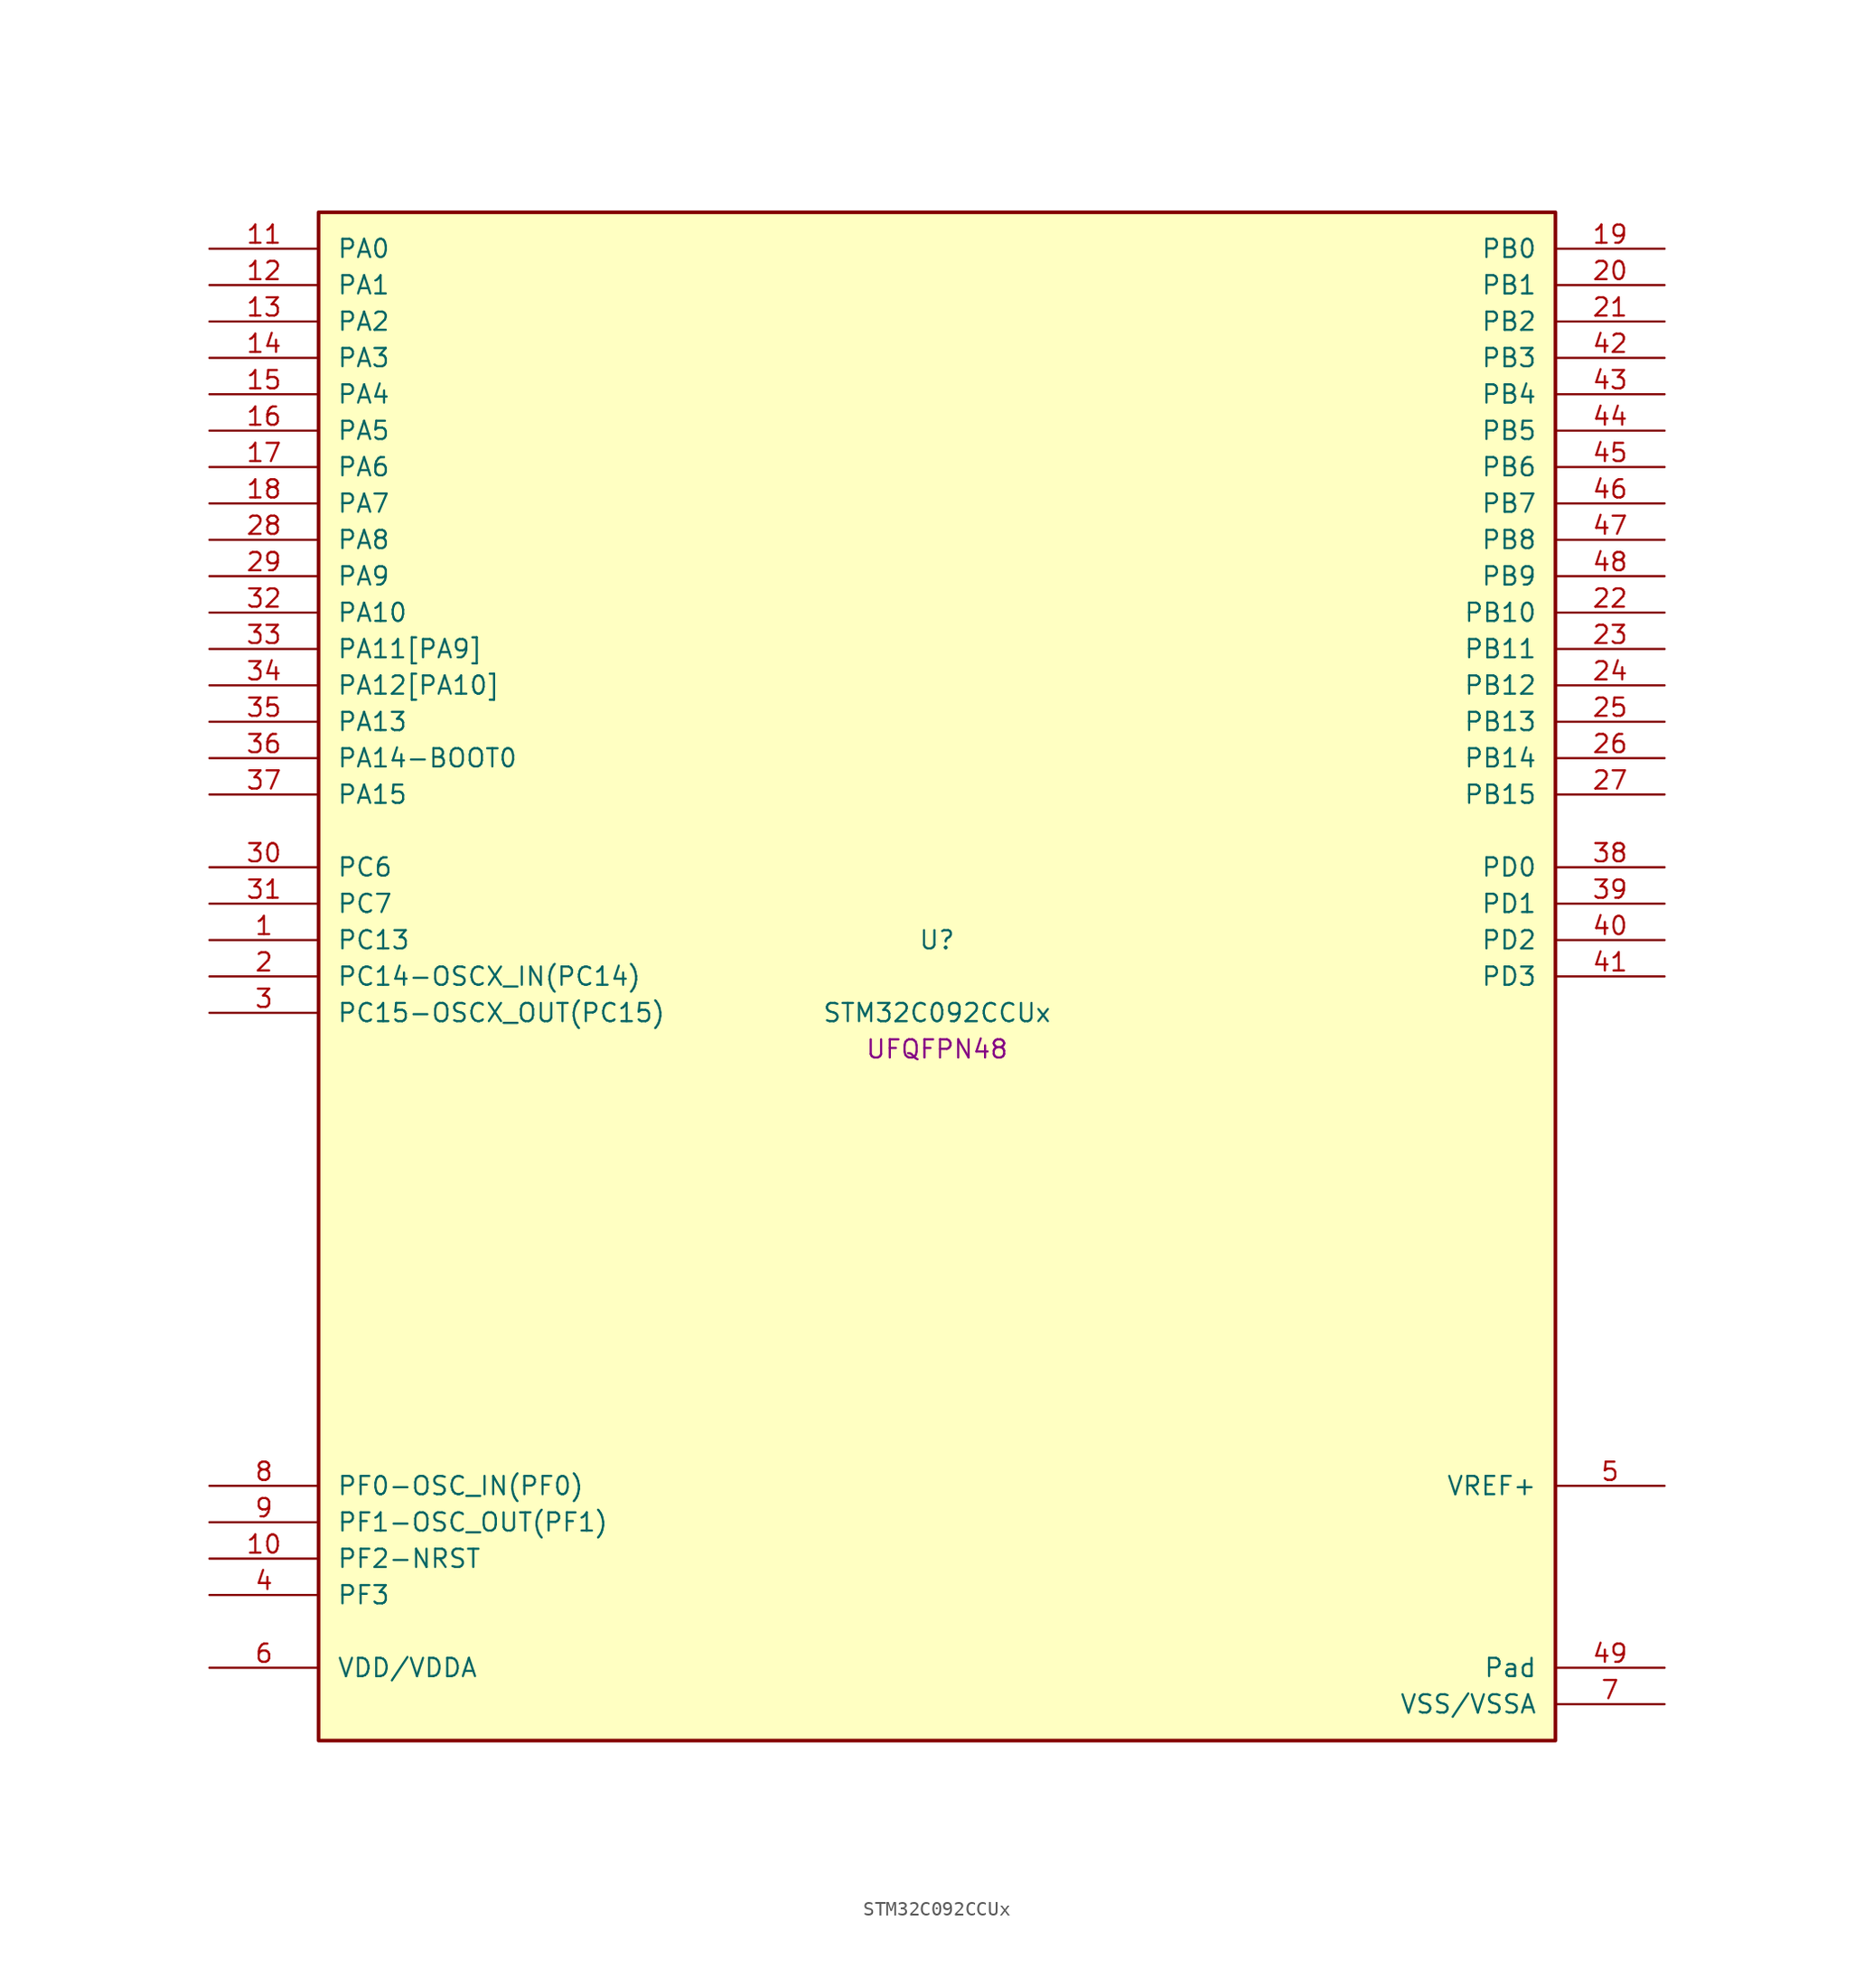
<source format=kicad_sym>
(kicad_symbol_lib
  (version 20241209)
  (generator "stm32_pkl_generator")
  (generator_version "1.0")
  (symbol "STM32C092CCUx"
    (pin_names
      (offset 1.27))
    (property "Reference" "U"
      (at 0 2.54 0))
    (property "Value" "STM32C092CCUx"
      (at 0 -2.54 0))
    (property "Footprint" "UFQFPN48"
      (at 0 -5.08 0))
    (symbol "STM32C092CCUx_1_1"
      (rectangle (start -43.18 53.34) (end 43.18 -53.34) (stroke (width 0.254) (type solid)) (fill (type background)))
      (pin bidirectional line (at -50.8 50.8 0) (length 7.62) (name "PA0") (number "11") (alternate "PA0/ADC1_IN0" bidirectional line) (alternate "PA0/PWR_WKUP1" bidirectional line) (alternate "PA0/SPI2_SCK" bidirectional line) (alternate "PA0/TIM16_CH1" bidirectional line) (alternate "PA0/TIM1_CH1" bidirectional line) (alternate "PA0/TIM2_CH1" bidirectional line) (alternate "PA0/TIM2_ETR" bidirectional line) (alternate "PA0/USART1_TX" bidirectional line) (alternate "PA0/USART2_CTS" bidirectional line) (alternate "PA0/USART2_NSS" bidirectional line) (alternate "PA0/USART4_TX" bidirectional line))
      (pin bidirectional line (at -50.8 48.26 0) (length 7.62) (name "PA1") (number "12") (alternate "PA1/ADC1_IN1" bidirectional line) (alternate "PA1/I2C1_SMBA" bidirectional line) (alternate "PA1/I2S1_CK" bidirectional line) (alternate "PA1/SPI1_SCK" bidirectional line) (alternate "PA1/TIM15_CH1N" bidirectional line) (alternate "PA1/TIM17_CH1" bidirectional line) (alternate "PA1/TIM1_CH2" bidirectional line) (alternate "PA1/TIM2_CH2" bidirectional line) (alternate "PA1/USART1_RX" bidirectional line) (alternate "PA1/USART2_CK" bidirectional line) (alternate "PA1/USART2_DE" bidirectional line) (alternate "PA1/USART2_RTS" bidirectional line) (alternate "PA1/USART4_RX" bidirectional line))
      (pin bidirectional line (at -50.8 45.72 0) (length 7.62) (name "PA2") (number "13") (alternate "PA2/ADC1_IN2" bidirectional line) (alternate "PA2/I2S1_SD" bidirectional line) (alternate "PA2/PWR_WKUP4" bidirectional line) (alternate "PA2/RCC_LSCO" bidirectional line) (alternate "PA2/SPI1_MOSI" bidirectional line) (alternate "PA2/TIM15_CH1" bidirectional line) (alternate "PA2/TIM16_CH1N" bidirectional line) (alternate "PA2/TIM1_CH3" bidirectional line) (alternate "PA2/TIM2_CH3" bidirectional line) (alternate "PA2/TIM3_ETR" bidirectional line) (alternate "PA2/USART2_TX" bidirectional line))
      (pin bidirectional line (at -50.8 43.18 0) (length 7.62) (name "PA3") (number "14") (alternate "PA3/ADC1_IN3" bidirectional line) (alternate "PA3/SPI2_MISO" bidirectional line) (alternate "PA3/TIM15_CH2" bidirectional line) (alternate "PA3/TIM1_CH1N" bidirectional line) (alternate "PA3/TIM1_CH4" bidirectional line) (alternate "PA3/TIM2_CH4" bidirectional line) (alternate "PA3/USART2_RX" bidirectional line))
      (pin bidirectional line (at -50.8 40.64 0) (length 7.62) (name "PA4") (number "15") (alternate "PA4/ADC1_IN4" bidirectional line) (alternate "PA4/I2S1_WS" bidirectional line) (alternate "PA4/RTC_OUT2" bidirectional line) (alternate "PA4/SPI1_NSS" bidirectional line) (alternate "PA4/SPI2_MOSI" bidirectional line) (alternate "PA4/TIM14_CH1" bidirectional line) (alternate "PA4/TIM17_CH1N" bidirectional line) (alternate "PA4/TIM1_CH2N" bidirectional line) (alternate "PA4/USART2_TX" bidirectional line))
      (pin bidirectional line (at -50.8 38.1 0) (length 7.62) (name "PA5") (number "16") (alternate "PA5/ADC1_IN5" bidirectional line) (alternate "PA5/I2S1_CK" bidirectional line) (alternate "PA5/SPI1_SCK" bidirectional line) (alternate "PA5/TIM1_CH1" bidirectional line) (alternate "PA5/TIM1_CH3N" bidirectional line) (alternate "PA5/TIM2_CH1" bidirectional line) (alternate "PA5/TIM2_ETR" bidirectional line) (alternate "PA5/USART2_RX" bidirectional line) (alternate "PA5/USART3_TX" bidirectional line))
      (pin bidirectional line (at -50.8 35.56 0) (length 7.62) (name "PA6") (number "17") (alternate "PA6/ADC1_IN6" bidirectional line) (alternate "PA6/I2C2_SDA" bidirectional line) (alternate "PA6/I2S1_MCK" bidirectional line) (alternate "PA6/SPI1_MISO" bidirectional line) (alternate "PA6/TIM16_CH1" bidirectional line) (alternate "PA6/TIM1_BKIN" bidirectional line) (alternate "PA6/TIM3_CH1" bidirectional line) (alternate "PA6/USART3_CTS" bidirectional line) (alternate "PA6/USART3_NSS" bidirectional line))
      (pin bidirectional line (at -50.8 33.02 0) (length 7.62) (name "PA7") (number "18") (alternate "PA7/ADC1_IN7" bidirectional line) (alternate "PA7/I2C2_SCL" bidirectional line) (alternate "PA7/I2S1_SD" bidirectional line) (alternate "PA7/SPI1_MOSI" bidirectional line) (alternate "PA7/TIM14_CH1" bidirectional line) (alternate "PA7/TIM17_CH1" bidirectional line) (alternate "PA7/TIM1_CH1N" bidirectional line) (alternate "PA7/TIM3_CH2" bidirectional line))
      (pin bidirectional line (at -50.8 30.48 0) (length 7.62) (name "PA8") (number "28") (alternate "PA8/ADC1_IN8" bidirectional line) (alternate "PA8/I2S1_WS" bidirectional line) (alternate "PA8/RCC_MCO" bidirectional line) (alternate "PA8/RCC_MCO_2" bidirectional line) (alternate "PA8/SPI1_NSS" bidirectional line) (alternate "PA8/SPI2_MISO" bidirectional line) (alternate "PA8/SPI2_NSS" bidirectional line) (alternate "PA8/TIM14_CH1" bidirectional line) (alternate "PA8/TIM1_CH1" bidirectional line) (alternate "PA8/TIM1_CH2N" bidirectional line) (alternate "PA8/TIM1_CH3N" bidirectional line) (alternate "PA8/TIM3_CH3" bidirectional line) (alternate "PA8/TIM3_CH4" bidirectional line) (alternate "PA8/USART1_RX" bidirectional line) (alternate "PA8/USART2_TX" bidirectional line))
      (pin bidirectional line (at -50.8 27.94 0) (length 7.62) (name "PA9") (number "29") (alternate "PA9/I2C1_SCL" bidirectional line) (alternate "PA9/I2C2_SCL" bidirectional line) (alternate "PA9/RCC_MCO" bidirectional line) (alternate "PA9/SPI2_MISO" bidirectional line) (alternate "PA9/TIM15_BKIN" bidirectional line) (alternate "PA9/TIM1_CH2" bidirectional line) (alternate "PA9/TIM3_ETR" bidirectional line) (alternate "PA9/USART1_TX" bidirectional line) (alternate "PA9/NC" bidirectional line))
      (pin bidirectional line (at -50.8 25.4 0) (length 7.62) (name "PA10") (number "32") (alternate "PA10/I2C1_SDA" bidirectional line) (alternate "PA10/I2C2_SDA" bidirectional line) (alternate "PA10/RCC_MCO_2" bidirectional line) (alternate "PA10/SPI2_MOSI" bidirectional line) (alternate "PA10/TIM17_BKIN" bidirectional line) (alternate "PA10/TIM1_CH3" bidirectional line) (alternate "PA10/USART1_RX" bidirectional line) (alternate "PA10/NC" bidirectional line))
      (pin bidirectional line (at -50.8 22.86 0) (length 7.62) (name "PA11[PA9]") (number "33") (alternate "PA11[PA9]/ADC1_EXTI11" bidirectional line) (alternate "PA11[PA9]/FDCAN1_RX" bidirectional line) (alternate "PA11[PA9]/I2C2_SCL" bidirectional line) (alternate "PA11[PA9]/I2S1_MCK" bidirectional line) (alternate "PA11[PA9]/SPI1_MISO" bidirectional line) (alternate "PA11[PA9]/TIM1_BKIN2" bidirectional line) (alternate "PA11[PA9]/TIM1_CH4" bidirectional line) (alternate "PA11[PA9]/USART1_CTS" bidirectional line) (alternate "PA11[PA9]/USART1_NSS" bidirectional line) (alternate "PA11[PA9]/PA9[PA11]" bidirectional line) (alternate "PA11[PA9]/I2C1_SCL" bidirectional line) (alternate "PA11[PA9]/RCC_MCO" bidirectional line) (alternate "PA11[PA9]/SPI2_MISO" bidirectional line) (alternate "PA11[PA9]/TIM15_BKIN" bidirectional line) (alternate "PA11[PA9]/TIM1_CH2" bidirectional line) (alternate "PA11[PA9]/TIM3_ETR" bidirectional line) (alternate "PA11[PA9]/USART1_TX" bidirectional line))
      (pin bidirectional line (at -50.8 20.32 0) (length 7.62) (name "PA12[PA10]") (number "34") (alternate "PA12[PA10]/FDCAN1_TX" bidirectional line) (alternate "PA12[PA10]/I2C2_SDA" bidirectional line) (alternate "PA12[PA10]/I2S1_SD" bidirectional line) (alternate "PA12[PA10]/I2S_CKIN" bidirectional line) (alternate "PA12[PA10]/SPI1_MOSI" bidirectional line) (alternate "PA12[PA10]/TIM1_ETR" bidirectional line) (alternate "PA12[PA10]/USART1_CK" bidirectional line) (alternate "PA12[PA10]/USART1_DE" bidirectional line) (alternate "PA12[PA10]/USART1_RTS" bidirectional line) (alternate "PA12[PA10]/PA10[PA12]" bidirectional line) (alternate "PA12[PA10]/I2C1_SDA" bidirectional line) (alternate "PA12[PA10]/RCC_MCO_2" bidirectional line) (alternate "PA12[PA10]/SPI2_MOSI" bidirectional line) (alternate "PA12[PA10]/TIM17_BKIN" bidirectional line) (alternate "PA12[PA10]/TIM1_CH3" bidirectional line) (alternate "PA12[PA10]/USART1_RX" bidirectional line))
      (pin bidirectional line (at -50.8 17.78 0) (length 7.62) (name "PA13") (number "35") (alternate "PA13/ADC1_IN13" bidirectional line) (alternate "PA13/DEBUG_SWDIO" bidirectional line) (alternate "PA13/IR_OUT" bidirectional line) (alternate "PA13/TIM3_ETR" bidirectional line) (alternate "PA13/USART2_RX" bidirectional line))
      (pin bidirectional line (at -50.8 15.24 0) (length 7.62) (name "PA14-BOOT0") (number "36") (alternate "PA14-BOOT0/ADC1_IN14" bidirectional line) (alternate "PA14-BOOT0/BOOT0" bidirectional line) (alternate "PA14-BOOT0/DEBUG_SWCLK" bidirectional line) (alternate "PA14-BOOT0/I2S1_WS" bidirectional line) (alternate "PA14-BOOT0/RCC_MCO_2" bidirectional line) (alternate "PA14-BOOT0/SPI1_NSS" bidirectional line) (alternate "PA14-BOOT0/TIM1_CH1" bidirectional line) (alternate "PA14-BOOT0/USART1_CK" bidirectional line) (alternate "PA14-BOOT0/USART1_DE" bidirectional line) (alternate "PA14-BOOT0/USART1_RTS" bidirectional line) (alternate "PA14-BOOT0/USART2_RX" bidirectional line) (alternate "PA14-BOOT0/USART2_TX" bidirectional line))
      (pin bidirectional line (at -50.8 12.7 0) (length 7.62) (name "PA15") (number "37") (alternate "PA15/I2S1_WS" bidirectional line) (alternate "PA15/RCC_MCO_2" bidirectional line) (alternate "PA15/SPI1_NSS" bidirectional line) (alternate "PA15/TIM1_CH1" bidirectional line) (alternate "PA15/TIM2_CH1" bidirectional line) (alternate "PA15/TIM2_ETR" bidirectional line) (alternate "PA15/USART1_CK" bidirectional line) (alternate "PA15/USART1_DE" bidirectional line) (alternate "PA15/USART1_RTS" bidirectional line) (alternate "PA15/USART2_RX" bidirectional line) (alternate "PA15/USART3_CK" bidirectional line) (alternate "PA15/USART3_DE" bidirectional line) (alternate "PA15/USART3_RTS" bidirectional line) (alternate "PA15/USART4_CK" bidirectional line) (alternate "PA15/USART4_DE" bidirectional line) (alternate "PA15/USART4_RTS" bidirectional line))
      (pin bidirectional line (at 50.8 50.8 180) (length 7.62) (name "PB0") (number "19") (alternate "PB0/ADC1_IN17" bidirectional line) (alternate "PB0/FDCAN1_RX" bidirectional line) (alternate "PB0/I2S1_WS" bidirectional line) (alternate "PB0/SPI1_NSS" bidirectional line) (alternate "PB0/TIM1_CH2N" bidirectional line) (alternate "PB0/TIM3_CH3" bidirectional line) (alternate "PB0/USART3_RX" bidirectional line))
      (pin bidirectional line (at 50.8 48.26 180) (length 7.62) (name "PB1") (number "20") (alternate "PB1/ADC1_IN18" bidirectional line) (alternate "PB1/FDCAN1_TX" bidirectional line) (alternate "PB1/TIM14_CH1" bidirectional line) (alternate "PB1/TIM1_CH2N" bidirectional line) (alternate "PB1/TIM1_CH3N" bidirectional line) (alternate "PB1/TIM3_CH4" bidirectional line) (alternate "PB1/USART3_CK" bidirectional line) (alternate "PB1/USART3_DE" bidirectional line) (alternate "PB1/USART3_RTS" bidirectional line))
      (pin bidirectional line (at 50.8 45.72 180) (length 7.62) (name "PB2") (number "21") (alternate "PB2/ADC1_IN19" bidirectional line) (alternate "PB2/RCC_MCO_2" bidirectional line) (alternate "PB2/SPI2_MISO" bidirectional line) (alternate "PB2/USART1_RX" bidirectional line) (alternate "PB2/USART3_TX" bidirectional line))
      (pin bidirectional line (at 50.8 43.18 180) (length 7.62) (name "PB3") (number "42") (alternate "PB3/I2C2_SCL" bidirectional line) (alternate "PB3/I2S1_CK" bidirectional line) (alternate "PB3/SPI1_SCK" bidirectional line) (alternate "PB3/TIM1_CH2" bidirectional line) (alternate "PB3/TIM2_CH2" bidirectional line) (alternate "PB3/TIM3_CH2" bidirectional line) (alternate "PB3/USART1_CK" bidirectional line) (alternate "PB3/USART1_DE" bidirectional line) (alternate "PB3/USART1_RTS" bidirectional line))
      (pin bidirectional line (at 50.8 40.64 180) (length 7.62) (name "PB4") (number "43") (alternate "PB4/I2C2_SDA" bidirectional line) (alternate "PB4/I2S1_MCK" bidirectional line) (alternate "PB4/SPI1_MISO" bidirectional line) (alternate "PB4/TIM17_BKIN" bidirectional line) (alternate "PB4/TIM3_CH1" bidirectional line) (alternate "PB4/USART1_CTS" bidirectional line) (alternate "PB4/USART1_NSS" bidirectional line))
      (pin bidirectional line (at 50.8 38.1 180) (length 7.62) (name "PB5") (number "44") (alternate "PB5/FDCAN1_RX" bidirectional line) (alternate "PB5/I2C1_SMBA" bidirectional line) (alternate "PB5/I2S1_SD" bidirectional line) (alternate "PB5/PWR_WKUP6" bidirectional line) (alternate "PB5/SPI1_MOSI" bidirectional line) (alternate "PB5/TIM16_BKIN" bidirectional line) (alternate "PB5/TIM3_CH2" bidirectional line) (alternate "PB5/TIM3_CH3" bidirectional line))
      (pin bidirectional line (at 50.8 35.56 180) (length 7.62) (name "PB6") (number "45") (alternate "PB6/FDCAN1_TX" bidirectional line) (alternate "PB6/I2C1_SCL" bidirectional line) (alternate "PB6/I2C1_SMBA" bidirectional line) (alternate "PB6/I2S1_CK" bidirectional line) (alternate "PB6/I2S1_MCK" bidirectional line) (alternate "PB6/I2S1_SD" bidirectional line) (alternate "PB6/PWR_WKUP3" bidirectional line) (alternate "PB6/SPI1_MISO" bidirectional line) (alternate "PB6/SPI1_MOSI" bidirectional line) (alternate "PB6/SPI1_SCK" bidirectional line) (alternate "PB6/SPI2_MISO" bidirectional line) (alternate "PB6/TIM16_BKIN" bidirectional line) (alternate "PB6/TIM16_CH1N" bidirectional line) (alternate "PB6/TIM1_CH2" bidirectional line) (alternate "PB6/TIM1_CH3" bidirectional line) (alternate "PB6/TIM3_CH1" bidirectional line) (alternate "PB6/TIM3_CH2" bidirectional line) (alternate "PB6/TIM3_CH3" bidirectional line) (alternate "PB6/USART1_CTS" bidirectional line) (alternate "PB6/USART1_NSS" bidirectional line) (alternate "PB6/USART1_TX" bidirectional line))
      (pin bidirectional line (at 50.8 33.02 180) (length 7.62) (name "PB7") (number "46") (alternate "PB7/I2C1_SCL" bidirectional line) (alternate "PB7/I2C1_SDA" bidirectional line) (alternate "PB7/SPI2_MOSI" bidirectional line) (alternate "PB7/TIM16_CH1" bidirectional line) (alternate "PB7/TIM17_CH1N" bidirectional line) (alternate "PB7/TIM1_CH4" bidirectional line) (alternate "PB7/TIM3_CH1" bidirectional line) (alternate "PB7/TIM3_CH4" bidirectional line) (alternate "PB7/USART1_RX" bidirectional line) (alternate "PB7/USART2_CTS" bidirectional line) (alternate "PB7/USART2_NSS" bidirectional line) (alternate "PB7/USART4_CTS" bidirectional line) (alternate "PB7/USART4_NSS" bidirectional line))
      (pin bidirectional line (at 50.8 30.48 180) (length 7.62) (name "PB8") (number "47") (alternate "PB8/FDCAN1_RX" bidirectional line) (alternate "PB8/I2C1_SCL" bidirectional line) (alternate "PB8/SPI2_SCK" bidirectional line) (alternate "PB8/TIM15_BKIN" bidirectional line) (alternate "PB8/TIM16_CH1" bidirectional line) (alternate "PB8/TIM3_CH1" bidirectional line) (alternate "PB8/USART2_CTS" bidirectional line) (alternate "PB8/USART2_NSS" bidirectional line) (alternate "PB8/USART3_TX" bidirectional line))
      (pin bidirectional line (at 50.8 27.94 180) (length 7.62) (name "PB9") (number "48") (alternate "PB9/FDCAN1_TX" bidirectional line) (alternate "PB9/I2C1_SDA" bidirectional line) (alternate "PB9/IR_OUT" bidirectional line) (alternate "PB9/SPI2_NSS" bidirectional line) (alternate "PB9/TIM17_CH1" bidirectional line) (alternate "PB9/TIM3_CH2" bidirectional line) (alternate "PB9/USART2_CK" bidirectional line) (alternate "PB9/USART2_DE" bidirectional line) (alternate "PB9/USART2_RTS" bidirectional line) (alternate "PB9/USART3_RX" bidirectional line))
      (pin bidirectional line (at 50.8 25.4 180) (length 7.62) (name "PB10") (number "22") (alternate "PB10/ADC1_IN20" bidirectional line) (alternate "PB10/I2C2_SCL" bidirectional line) (alternate "PB10/SPI2_SCK" bidirectional line) (alternate "PB10/TIM2_CH3" bidirectional line) (alternate "PB10/USART3_TX" bidirectional line))
      (pin bidirectional line (at 50.8 22.86 180) (length 7.62) (name "PB11") (number "23") (alternate "PB11/ADC1_EXTI11" bidirectional line) (alternate "PB11/ADC1_IN21" bidirectional line) (alternate "PB11/I2C2_SDA" bidirectional line) (alternate "PB11/SPI2_MOSI" bidirectional line) (alternate "PB11/TIM2_CH4" bidirectional line) (alternate "PB11/USART3_RX" bidirectional line))
      (pin bidirectional line (at 50.8 20.32 180) (length 7.62) (name "PB12") (number "24") (alternate "PB12/ADC1_IN22" bidirectional line) (alternate "PB12/FDCAN1_RX" bidirectional line) (alternate "PB12/SPI2_NSS" bidirectional line) (alternate "PB12/TIM15_BKIN" bidirectional line) (alternate "PB12/TIM1_BKIN" bidirectional line) (alternate "PB12/TIM1_BKIN2" bidirectional line))
      (pin bidirectional line (at 50.8 17.78 180) (length 7.62) (name "PB13") (number "25") (alternate "PB13/FDCAN1_TX" bidirectional line) (alternate "PB13/I2C2_SCL" bidirectional line) (alternate "PB13/SPI2_SCK" bidirectional line) (alternate "PB13/TIM15_CH1N" bidirectional line) (alternate "PB13/TIM1_CH1N" bidirectional line) (alternate "PB13/USART3_CTS" bidirectional line) (alternate "PB13/USART3_NSS" bidirectional line))
      (pin bidirectional line (at 50.8 15.24 180) (length 7.62) (name "PB14") (number "26") (alternate "PB14/I2C2_SDA" bidirectional line) (alternate "PB14/SPI2_MISO" bidirectional line) (alternate "PB14/TIM15_CH1" bidirectional line) (alternate "PB14/TIM1_CH2N" bidirectional line) (alternate "PB14/USART3_CK" bidirectional line) (alternate "PB14/USART3_DE" bidirectional line) (alternate "PB14/USART3_RTS" bidirectional line))
      (pin bidirectional line (at 50.8 12.7 180) (length 7.62) (name "PB15") (number "27") (alternate "PB15/RTC_REFIN" bidirectional line) (alternate "PB15/SPI2_MOSI" bidirectional line) (alternate "PB15/TIM15_CH1N" bidirectional line) (alternate "PB15/TIM15_CH2" bidirectional line) (alternate "PB15/TIM1_CH3N" bidirectional line))
      (pin bidirectional line (at -50.8 7.62 0) (length 7.62) (name "PC6") (number "30") (alternate "PC6/TIM2_CH3" bidirectional line) (alternate "PC6/TIM3_CH1" bidirectional line))
      (pin bidirectional line (at -50.8 5.08 0) (length 7.62) (name "PC7") (number "31") (alternate "PC7/TIM2_CH4" bidirectional line) (alternate "PC7/TIM3_CH2" bidirectional line))
      (pin bidirectional line (at -50.8 2.54 0) (length 7.62) (name "PC13") (number "1") (alternate "PC13/PWR_WKUP2" bidirectional line) (alternate "PC13/RTC_OUT1" bidirectional line) (alternate "PC13/RTC_TS" bidirectional line) (alternate "PC13/TIM1_BKIN" bidirectional line) (alternate "PC13/TIM1_ETR" bidirectional line))
      (pin bidirectional line (at -50.8 0 0) (length 7.62) (name "PC14-OSCX_IN(PC14)") (number "2") (alternate "PC14-OSCX_IN(PC14)/FDCAN1_TX" bidirectional line) (alternate "PC14-OSCX_IN(PC14)/I2C1_SDA" bidirectional line) (alternate "PC14-OSCX_IN(PC14)/IR_OUT" bidirectional line) (alternate "PC14-OSCX_IN(PC14)/RCC_OSCX_IN" bidirectional line) (alternate "PC14-OSCX_IN(PC14)/SPI2_NSS" bidirectional line) (alternate "PC14-OSCX_IN(PC14)/TIM17_CH1" bidirectional line) (alternate "PC14-OSCX_IN(PC14)/TIM1_BKIN2" bidirectional line) (alternate "PC14-OSCX_IN(PC14)/TIM1_ETR" bidirectional line) (alternate "PC14-OSCX_IN(PC14)/TIM3_CH2" bidirectional line) (alternate "PC14-OSCX_IN(PC14)/USART1_TX" bidirectional line) (alternate "PC14-OSCX_IN(PC14)/USART2_CK" bidirectional line) (alternate "PC14-OSCX_IN(PC14)/USART2_DE" bidirectional line) (alternate "PC14-OSCX_IN(PC14)/USART2_RTS" bidirectional line) (alternate "PC14-OSCX_IN(PC14)/USART3_TX" bidirectional line))
      (pin bidirectional line (at -50.8 -2.54 0) (length 7.62) (name "PC15-OSCX_OUT(PC15)") (number "3") (alternate "PC15-OSCX_OUT(PC15)/RCC_OSC32_EN" bidirectional line) (alternate "PC15-OSCX_OUT(PC15)/RCC_OSCX_OUT" bidirectional line) (alternate "PC15-OSCX_OUT(PC15)/RCC_OSC_EN" bidirectional line) (alternate "PC15-OSCX_OUT(PC15)/TIM15_BKIN" bidirectional line) (alternate "PC15-OSCX_OUT(PC15)/TIM1_ETR" bidirectional line) (alternate "PC15-OSCX_OUT(PC15)/TIM3_CH3" bidirectional line))
      (pin bidirectional line (at 50.8 7.62 180) (length 7.62) (name "PD0") (number "38") (alternate "PD0/FDCAN1_RX" bidirectional line) (alternate "PD0/SPI2_NSS" bidirectional line) (alternate "PD0/TIM16_CH1" bidirectional line))
      (pin bidirectional line (at 50.8 5.08 180) (length 7.62) (name "PD1") (number "39") (alternate "PD1/FDCAN1_TX" bidirectional line) (alternate "PD1/SPI2_SCK" bidirectional line) (alternate "PD1/TIM17_CH1" bidirectional line))
      (pin bidirectional line (at 50.8 2.54 180) (length 7.62) (name "PD2") (number "40") (alternate "PD2/TIM1_CH1N" bidirectional line) (alternate "PD2/TIM3_ETR" bidirectional line) (alternate "PD2/USART3_CK" bidirectional line) (alternate "PD2/USART3_DE" bidirectional line) (alternate "PD2/USART3_RTS" bidirectional line))
      (pin bidirectional line (at 50.8 0 180) (length 7.62) (name "PD3") (number "41") (alternate "PD3/SPI2_MISO" bidirectional line) (alternate "PD3/TIM1_CH2N" bidirectional line) (alternate "PD3/USART2_CTS" bidirectional line) (alternate "PD3/USART2_NSS" bidirectional line))
      (pin bidirectional line (at -50.8 -35.56 0) (length 7.62) (name "PF0-OSC_IN(PF0)") (number "8") (alternate "PF0-OSC_IN(PF0)/RCC_OSC_IN" bidirectional line) (alternate "PF0-OSC_IN(PF0)/TIM14_CH1" bidirectional line))
      (pin bidirectional line (at -50.8 -38.1 0) (length 7.62) (name "PF1-OSC_OUT(PF1)") (number "9") (alternate "PF1-OSC_OUT(PF1)/RCC_OSC_EN" bidirectional line) (alternate "PF1-OSC_OUT(PF1)/RCC_OSC_OUT" bidirectional line) (alternate "PF1-OSC_OUT(PF1)/TIM15_CH1N" bidirectional line))
      (pin bidirectional line (at -50.8 -40.64 0) (length 7.62) (name "PF2-NRST") (number "10") (alternate "PF2-NRST/RCC_MCO" bidirectional line) (alternate "PF2-NRST/TIM1_CH4" bidirectional line))
      (pin bidirectional line (at -50.8 -43.18 0) (length 7.62) (name "PF3") (number "4"))
      (pin bidirectional line (at 50.8 -35.56 180) (length 7.62) (name "VREF+") (number "5"))
      (pin power_in line (at -50.8 -48.26 0) (length 7.62) (name "VDD/VDDA") (number "6"))
      (pin passive line (at 50.8 -48.26 180) (length 7.62) (name "Pad") (number "49"))
      (pin power_in line (at 50.8 -50.8 180) (length 7.62) (name "VSS/VSSA") (number "7")))))
</source>
